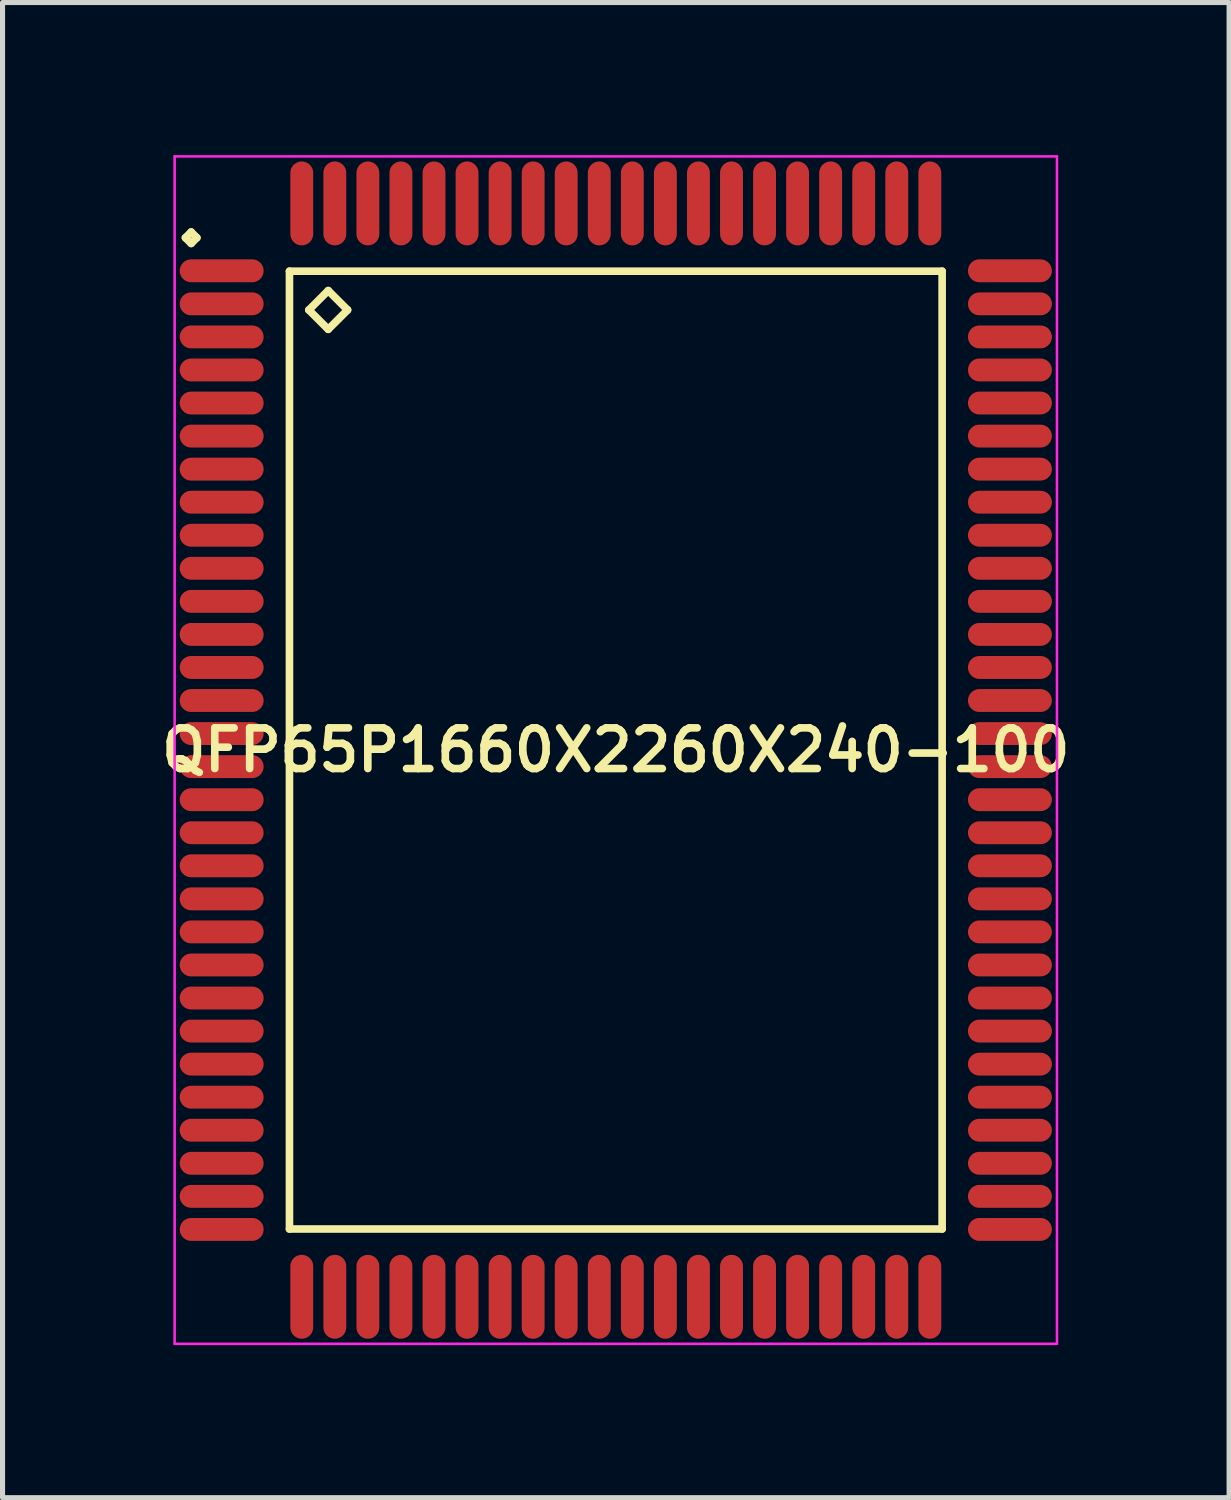
<source format=kicad_pcb>
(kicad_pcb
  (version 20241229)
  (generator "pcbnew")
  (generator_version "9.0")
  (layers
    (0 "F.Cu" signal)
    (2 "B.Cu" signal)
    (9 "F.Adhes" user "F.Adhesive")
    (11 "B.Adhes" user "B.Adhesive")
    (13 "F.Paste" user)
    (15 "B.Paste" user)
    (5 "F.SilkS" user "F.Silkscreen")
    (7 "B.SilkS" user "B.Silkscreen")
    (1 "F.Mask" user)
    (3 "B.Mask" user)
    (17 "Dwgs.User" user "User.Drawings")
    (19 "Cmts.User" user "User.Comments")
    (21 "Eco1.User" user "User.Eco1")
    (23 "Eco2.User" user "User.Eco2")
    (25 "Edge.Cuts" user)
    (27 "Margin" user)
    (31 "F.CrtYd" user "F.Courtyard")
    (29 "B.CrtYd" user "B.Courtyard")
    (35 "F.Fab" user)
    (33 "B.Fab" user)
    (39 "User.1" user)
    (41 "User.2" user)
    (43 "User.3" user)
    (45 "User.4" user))
  (footprint "QFP65P1660X2260X240-100"
    (layer "F.Cu")
    (at 9.059 11.7)
    (property "Reference" "QFP65P1660X2260X240-100" (at 0 0 0) (layer "F.SilkS") (effects (font (size 0.8 0.8) (thickness 0.15))))
    (attr smd)
    (fp_line (start -8.463 -10.075) (end -8.35 -10.188) (stroke (width 0.15) (type solid)) (layer "F.SilkS"))
    (fp_line (start -8.35 -10.188) (end -8.238 -10.075) (stroke (width 0.15) (type solid)) (layer "F.SilkS"))
    (fp_line (start -8.35 -9.963) (end -8.463 -10.075) (stroke (width 0.15) (type solid)) (layer "F.SilkS"))
    (fp_line (start -8.238 -10.075) (end -8.35 -9.963) (stroke (width 0.15) (type solid)) (layer "F.SilkS"))
    (fp_line (start -6.417 -9.417) (end -6.417 9.417) (stroke (width 0.15) (type solid)) (layer "F.SilkS"))
    (fp_line (start -6.417 9.417) (end 6.417 9.417) (stroke (width 0.15) (type solid)) (layer "F.SilkS"))
    (fp_line (start -6.036 -8.655) (end -5.655 -9.036) (stroke (width 0.15) (type solid)) (layer "F.SilkS"))
    (fp_line (start -5.655 -9.036) (end -5.274 -8.655) (stroke (width 0.15) (type solid)) (layer "F.SilkS"))
    (fp_line (start -5.655 -8.274) (end -6.036 -8.655) (stroke (width 0.15) (type solid)) (layer "F.SilkS"))
    (fp_line (start -5.274 -8.655) (end -5.655 -8.274) (stroke (width 0.15) (type solid)) (layer "F.SilkS"))
    (fp_line (start 6.417 -9.417) (end -6.417 -9.417) (stroke (width 0.15) (type solid)) (layer "F.SilkS"))
    (fp_line (start 6.417 9.417) (end 6.417 -9.417) (stroke (width 0.15) (type solid)) (layer "F.SilkS"))
    (fp_line (start -8.675 -11.675) (end 8.675 -11.675) (stroke (width 0.05) (type solid)) (layer "F.CrtYd"))
    (fp_line (start -8.675 11.675) (end -8.675 -11.675) (stroke (width 0.05) (type solid)) (layer "F.CrtYd"))
    (fp_line (start 8.675 -11.675) (end 8.675 11.675) (stroke (width 0.05) (type solid)) (layer "F.CrtYd"))
    (fp_line (start 8.675 11.675) (end -8.675 11.675) (stroke (width 0.05) (type solid)) (layer "F.CrtYd"))
    (pad "1" smd oval (at -7.75 -9.425) (size 1.65 0.45) (layers "F.Cu" "F.Mask" "F.Paste"))
    (pad "2" smd oval (at -7.75 -8.775) (size 1.65 0.45) (layers "F.Cu" "F.Mask" "F.Paste"))
    (pad "3" smd oval (at -7.75 -8.125) (size 1.65 0.45) (layers "F.Cu" "F.Mask" "F.Paste"))
    (pad "4" smd oval (at -7.75 -7.475) (size 1.65 0.45) (layers "F.Cu" "F.Mask" "F.Paste"))
    (pad "5" smd oval (at -7.75 -6.825) (size 1.65 0.45) (layers "F.Cu" "F.Mask" "F.Paste"))
    (pad "6" smd oval (at -7.75 -6.175) (size 1.65 0.45) (layers "F.Cu" "F.Mask" "F.Paste"))
    (pad "7" smd oval (at -7.75 -5.525) (size 1.65 0.45) (layers "F.Cu" "F.Mask" "F.Paste"))
    (pad "8" smd oval (at -7.75 -4.875) (size 1.65 0.45) (layers "F.Cu" "F.Mask" "F.Paste"))
    (pad "9" smd oval (at -7.75 -4.225) (size 1.65 0.45) (layers "F.Cu" "F.Mask" "F.Paste"))
    (pad "10" smd oval (at -7.75 -3.575) (size 1.65 0.45) (layers "F.Cu" "F.Mask" "F.Paste"))
    (pad "11" smd oval (at -7.75 -2.925) (size 1.65 0.45) (layers "F.Cu" "F.Mask" "F.Paste"))
    (pad "12" smd oval (at -7.75 -2.275) (size 1.65 0.45) (layers "F.Cu" "F.Mask" "F.Paste"))
    (pad "13" smd oval (at -7.75 -1.625) (size 1.65 0.45) (layers "F.Cu" "F.Mask" "F.Paste"))
    (pad "14" smd oval (at -7.75 -0.975) (size 1.65 0.45) (layers "F.Cu" "F.Mask" "F.Paste"))
    (pad "15" smd oval (at -7.75 -0.325) (size 1.65 0.45) (layers "F.Cu" "F.Mask" "F.Paste"))
    (pad "16" smd oval (at -7.75 0.325) (size 1.65 0.45) (layers "F.Cu" "F.Mask" "F.Paste"))
    (pad "17" smd oval (at -7.75 0.975) (size 1.65 0.45) (layers "F.Cu" "F.Mask" "F.Paste"))
    (pad "18" smd oval (at -7.75 1.625) (size 1.65 0.45) (layers "F.Cu" "F.Mask" "F.Paste"))
    (pad "19" smd oval (at -7.75 2.275) (size 1.65 0.45) (layers "F.Cu" "F.Mask" "F.Paste"))
    (pad "20" smd oval (at -7.75 2.925) (size 1.65 0.45) (layers "F.Cu" "F.Mask" "F.Paste"))
    (pad "21" smd oval (at -7.75 3.575) (size 1.65 0.45) (layers "F.Cu" "F.Mask" "F.Paste"))
    (pad "22" smd oval (at -7.75 4.225) (size 1.65 0.45) (layers "F.Cu" "F.Mask" "F.Paste"))
    (pad "23" smd oval (at -7.75 4.875) (size 1.65 0.45) (layers "F.Cu" "F.Mask" "F.Paste"))
    (pad "24" smd oval (at -7.75 5.525) (size 1.65 0.45) (layers "F.Cu" "F.Mask" "F.Paste"))
    (pad "25" smd oval (at -7.75 6.175) (size 1.65 0.45) (layers "F.Cu" "F.Mask" "F.Paste"))
    (pad "26" smd oval (at -7.75 6.825) (size 1.65 0.45) (layers "F.Cu" "F.Mask" "F.Paste"))
    (pad "27" smd oval (at -7.75 7.475) (size 1.65 0.45) (layers "F.Cu" "F.Mask" "F.Paste"))
    (pad "28" smd oval (at -7.75 8.125) (size 1.65 0.45) (layers "F.Cu" "F.Mask" "F.Paste"))
    (pad "29" smd oval (at -7.75 8.775) (size 1.65 0.45) (layers "F.Cu" "F.Mask" "F.Paste"))
    (pad "30" smd oval (at -7.75 9.425) (size 1.65 0.45) (layers "F.Cu" "F.Mask" "F.Paste"))
    (pad "31" smd oval (at -6.175 10.75) (size 0.45 1.65) (layers "F.Cu" "F.Mask" "F.Paste"))
    (pad "32" smd oval (at -5.525 10.75) (size 0.45 1.65) (layers "F.Cu" "F.Mask" "F.Paste"))
    (pad "33" smd oval (at -4.875 10.75) (size 0.45 1.65) (layers "F.Cu" "F.Mask" "F.Paste"))
    (pad "34" smd oval (at -4.225 10.75) (size 0.45 1.65) (layers "F.Cu" "F.Mask" "F.Paste"))
    (pad "35" smd oval (at -3.575 10.75) (size 0.45 1.65) (layers "F.Cu" "F.Mask" "F.Paste"))
    (pad "36" smd oval (at -2.925 10.75) (size 0.45 1.65) (layers "F.Cu" "F.Mask" "F.Paste"))
    (pad "37" smd oval (at -2.275 10.75) (size 0.45 1.65) (layers "F.Cu" "F.Mask" "F.Paste"))
    (pad "38" smd oval (at -1.625 10.75) (size 0.45 1.65) (layers "F.Cu" "F.Mask" "F.Paste"))
    (pad "39" smd oval (at -0.975 10.75) (size 0.45 1.65) (layers "F.Cu" "F.Mask" "F.Paste"))
    (pad "40" smd oval (at -0.325 10.75) (size 0.45 1.65) (layers "F.Cu" "F.Mask" "F.Paste"))
    (pad "41" smd oval (at 0.325 10.75) (size 0.45 1.65) (layers "F.Cu" "F.Mask" "F.Paste"))
    (pad "42" smd oval (at 0.975 10.75) (size 0.45 1.65) (layers "F.Cu" "F.Mask" "F.Paste"))
    (pad "43" smd oval (at 1.625 10.75) (size 0.45 1.65) (layers "F.Cu" "F.Mask" "F.Paste"))
    (pad "44" smd oval (at 2.275 10.75) (size 0.45 1.65) (layers "F.Cu" "F.Mask" "F.Paste"))
    (pad "45" smd oval (at 2.925 10.75) (size 0.45 1.65) (layers "F.Cu" "F.Mask" "F.Paste"))
    (pad "46" smd oval (at 3.575 10.75) (size 0.45 1.65) (layers "F.Cu" "F.Mask" "F.Paste"))
    (pad "47" smd oval (at 4.225 10.75) (size 0.45 1.65) (layers "F.Cu" "F.Mask" "F.Paste"))
    (pad "48" smd oval (at 4.875 10.75) (size 0.45 1.65) (layers "F.Cu" "F.Mask" "F.Paste"))
    (pad "49" smd oval (at 5.525 10.75) (size 0.45 1.65) (layers "F.Cu" "F.Mask" "F.Paste"))
    (pad "50" smd oval (at 6.175 10.75) (size 0.45 1.65) (layers "F.Cu" "F.Mask" "F.Paste"))
    (pad "51" smd oval (at 7.75 9.425) (size 1.65 0.45) (layers "F.Cu" "F.Mask" "F.Paste"))
    (pad "52" smd oval (at 7.75 8.775) (size 1.65 0.45) (layers "F.Cu" "F.Mask" "F.Paste"))
    (pad "53" smd oval (at 7.75 8.125) (size 1.65 0.45) (layers "F.Cu" "F.Mask" "F.Paste"))
    (pad "54" smd oval (at 7.75 7.475) (size 1.65 0.45) (layers "F.Cu" "F.Mask" "F.Paste"))
    (pad "55" smd oval (at 7.75 6.825) (size 1.65 0.45) (layers "F.Cu" "F.Mask" "F.Paste"))
    (pad "56" smd oval (at 7.75 6.175) (size 1.65 0.45) (layers "F.Cu" "F.Mask" "F.Paste"))
    (pad "57" smd oval (at 7.75 5.525) (size 1.65 0.45) (layers "F.Cu" "F.Mask" "F.Paste"))
    (pad "58" smd oval (at 7.75 4.875) (size 1.65 0.45) (layers "F.Cu" "F.Mask" "F.Paste"))
    (pad "59" smd oval (at 7.75 4.225) (size 1.65 0.45) (layers "F.Cu" "F.Mask" "F.Paste"))
    (pad "60" smd oval (at 7.75 3.575) (size 1.65 0.45) (layers "F.Cu" "F.Mask" "F.Paste"))
    (pad "61" smd oval (at 7.75 2.925) (size 1.65 0.45) (layers "F.Cu" "F.Mask" "F.Paste"))
    (pad "62" smd oval (at 7.75 2.275) (size 1.65 0.45) (layers "F.Cu" "F.Mask" "F.Paste"))
    (pad "63" smd oval (at 7.75 1.625) (size 1.65 0.45) (layers "F.Cu" "F.Mask" "F.Paste"))
    (pad "64" smd oval (at 7.75 0.975) (size 1.65 0.45) (layers "F.Cu" "F.Mask" "F.Paste"))
    (pad "65" smd oval (at 7.75 0.325) (size 1.65 0.45) (layers "F.Cu" "F.Mask" "F.Paste"))
    (pad "66" smd oval (at 7.75 -0.325) (size 1.65 0.45) (layers "F.Cu" "F.Mask" "F.Paste"))
    (pad "67" smd oval (at 7.75 -0.975) (size 1.65 0.45) (layers "F.Cu" "F.Mask" "F.Paste"))
    (pad "68" smd oval (at 7.75 -1.625) (size 1.65 0.45) (layers "F.Cu" "F.Mask" "F.Paste"))
    (pad "69" smd oval (at 7.75 -2.275) (size 1.65 0.45) (layers "F.Cu" "F.Mask" "F.Paste"))
    (pad "70" smd oval (at 7.75 -2.925) (size 1.65 0.45) (layers "F.Cu" "F.Mask" "F.Paste"))
    (pad "71" smd oval (at 7.75 -3.575) (size 1.65 0.45) (layers "F.Cu" "F.Mask" "F.Paste"))
    (pad "72" smd oval (at 7.75 -4.225) (size 1.65 0.45) (layers "F.Cu" "F.Mask" "F.Paste"))
    (pad "73" smd oval (at 7.75 -4.875) (size 1.65 0.45) (layers "F.Cu" "F.Mask" "F.Paste"))
    (pad "74" smd oval (at 7.75 -5.525) (size 1.65 0.45) (layers "F.Cu" "F.Mask" "F.Paste"))
    (pad "75" smd oval (at 7.75 -6.175) (size 1.65 0.45) (layers "F.Cu" "F.Mask" "F.Paste"))
    (pad "76" smd oval (at 7.75 -6.825) (size 1.65 0.45) (layers "F.Cu" "F.Mask" "F.Paste"))
    (pad "77" smd oval (at 7.75 -7.475) (size 1.65 0.45) (layers "F.Cu" "F.Mask" "F.Paste"))
    (pad "78" smd oval (at 7.75 -8.125) (size 1.65 0.45) (layers "F.Cu" "F.Mask" "F.Paste"))
    (pad "79" smd oval (at 7.75 -8.775) (size 1.65 0.45) (layers "F.Cu" "F.Mask" "F.Paste"))
    (pad "80" smd oval (at 7.75 -9.425) (size 1.65 0.45) (layers "F.Cu" "F.Mask" "F.Paste"))
    (pad "81" smd oval (at 6.175 -10.75) (size 0.45 1.65) (layers "F.Cu" "F.Mask" "F.Paste"))
    (pad "82" smd oval (at 5.525 -10.75) (size 0.45 1.65) (layers "F.Cu" "F.Mask" "F.Paste"))
    (pad "83" smd oval (at 4.875 -10.75) (size 0.45 1.65) (layers "F.Cu" "F.Mask" "F.Paste"))
    (pad "84" smd oval (at 4.225 -10.75) (size 0.45 1.65) (layers "F.Cu" "F.Mask" "F.Paste"))
    (pad "85" smd oval (at 3.575 -10.75) (size 0.45 1.65) (layers "F.Cu" "F.Mask" "F.Paste"))
    (pad "86" smd oval (at 2.925 -10.75) (size 0.45 1.65) (layers "F.Cu" "F.Mask" "F.Paste"))
    (pad "87" smd oval (at 2.275 -10.75) (size 0.45 1.65) (layers "F.Cu" "F.Mask" "F.Paste"))
    (pad "88" smd oval (at 1.625 -10.75) (size 0.45 1.65) (layers "F.Cu" "F.Mask" "F.Paste"))
    (pad "89" smd oval (at 0.975 -10.75) (size 0.45 1.65) (layers "F.Cu" "F.Mask" "F.Paste"))
    (pad "90" smd oval (at 0.325 -10.75) (size 0.45 1.65) (layers "F.Cu" "F.Mask" "F.Paste"))
    (pad "91" smd oval (at -0.325 -10.75) (size 0.45 1.65) (layers "F.Cu" "F.Mask" "F.Paste"))
    (pad "92" smd oval (at -0.975 -10.75) (size 0.45 1.65) (layers "F.Cu" "F.Mask" "F.Paste"))
    (pad "93" smd oval (at -1.625 -10.75) (size 0.45 1.65) (layers "F.Cu" "F.Mask" "F.Paste"))
    (pad "94" smd oval (at -2.275 -10.75) (size 0.45 1.65) (layers "F.Cu" "F.Mask" "F.Paste"))
    (pad "95" smd oval (at -2.925 -10.75) (size 0.45 1.65) (layers "F.Cu" "F.Mask" "F.Paste"))
    (pad "96" smd oval (at -3.575 -10.75) (size 0.45 1.65) (layers "F.Cu" "F.Mask" "F.Paste"))
    (pad "97" smd oval (at -4.225 -10.75) (size 0.45 1.65) (layers "F.Cu" "F.Mask" "F.Paste"))
    (pad "98" smd oval (at -4.875 -10.75) (size 0.45 1.65) (layers "F.Cu" "F.Mask" "F.Paste"))
    (pad "99" smd oval (at -5.525 -10.75) (size 0.45 1.65) (layers "F.Cu" "F.Mask" "F.Paste"))
    (pad "100" smd oval (at -6.175 -10.75) (size 0.45 1.65) (layers "F.Cu" "F.Mask" "F.Paste")))
  (gr_rect
    (start -3 -3)
    (end 21.119 26.4)
    (stroke (width 0.1) (type default))
    (fill no)
    (layer "Edge.Cuts")))
</source>
